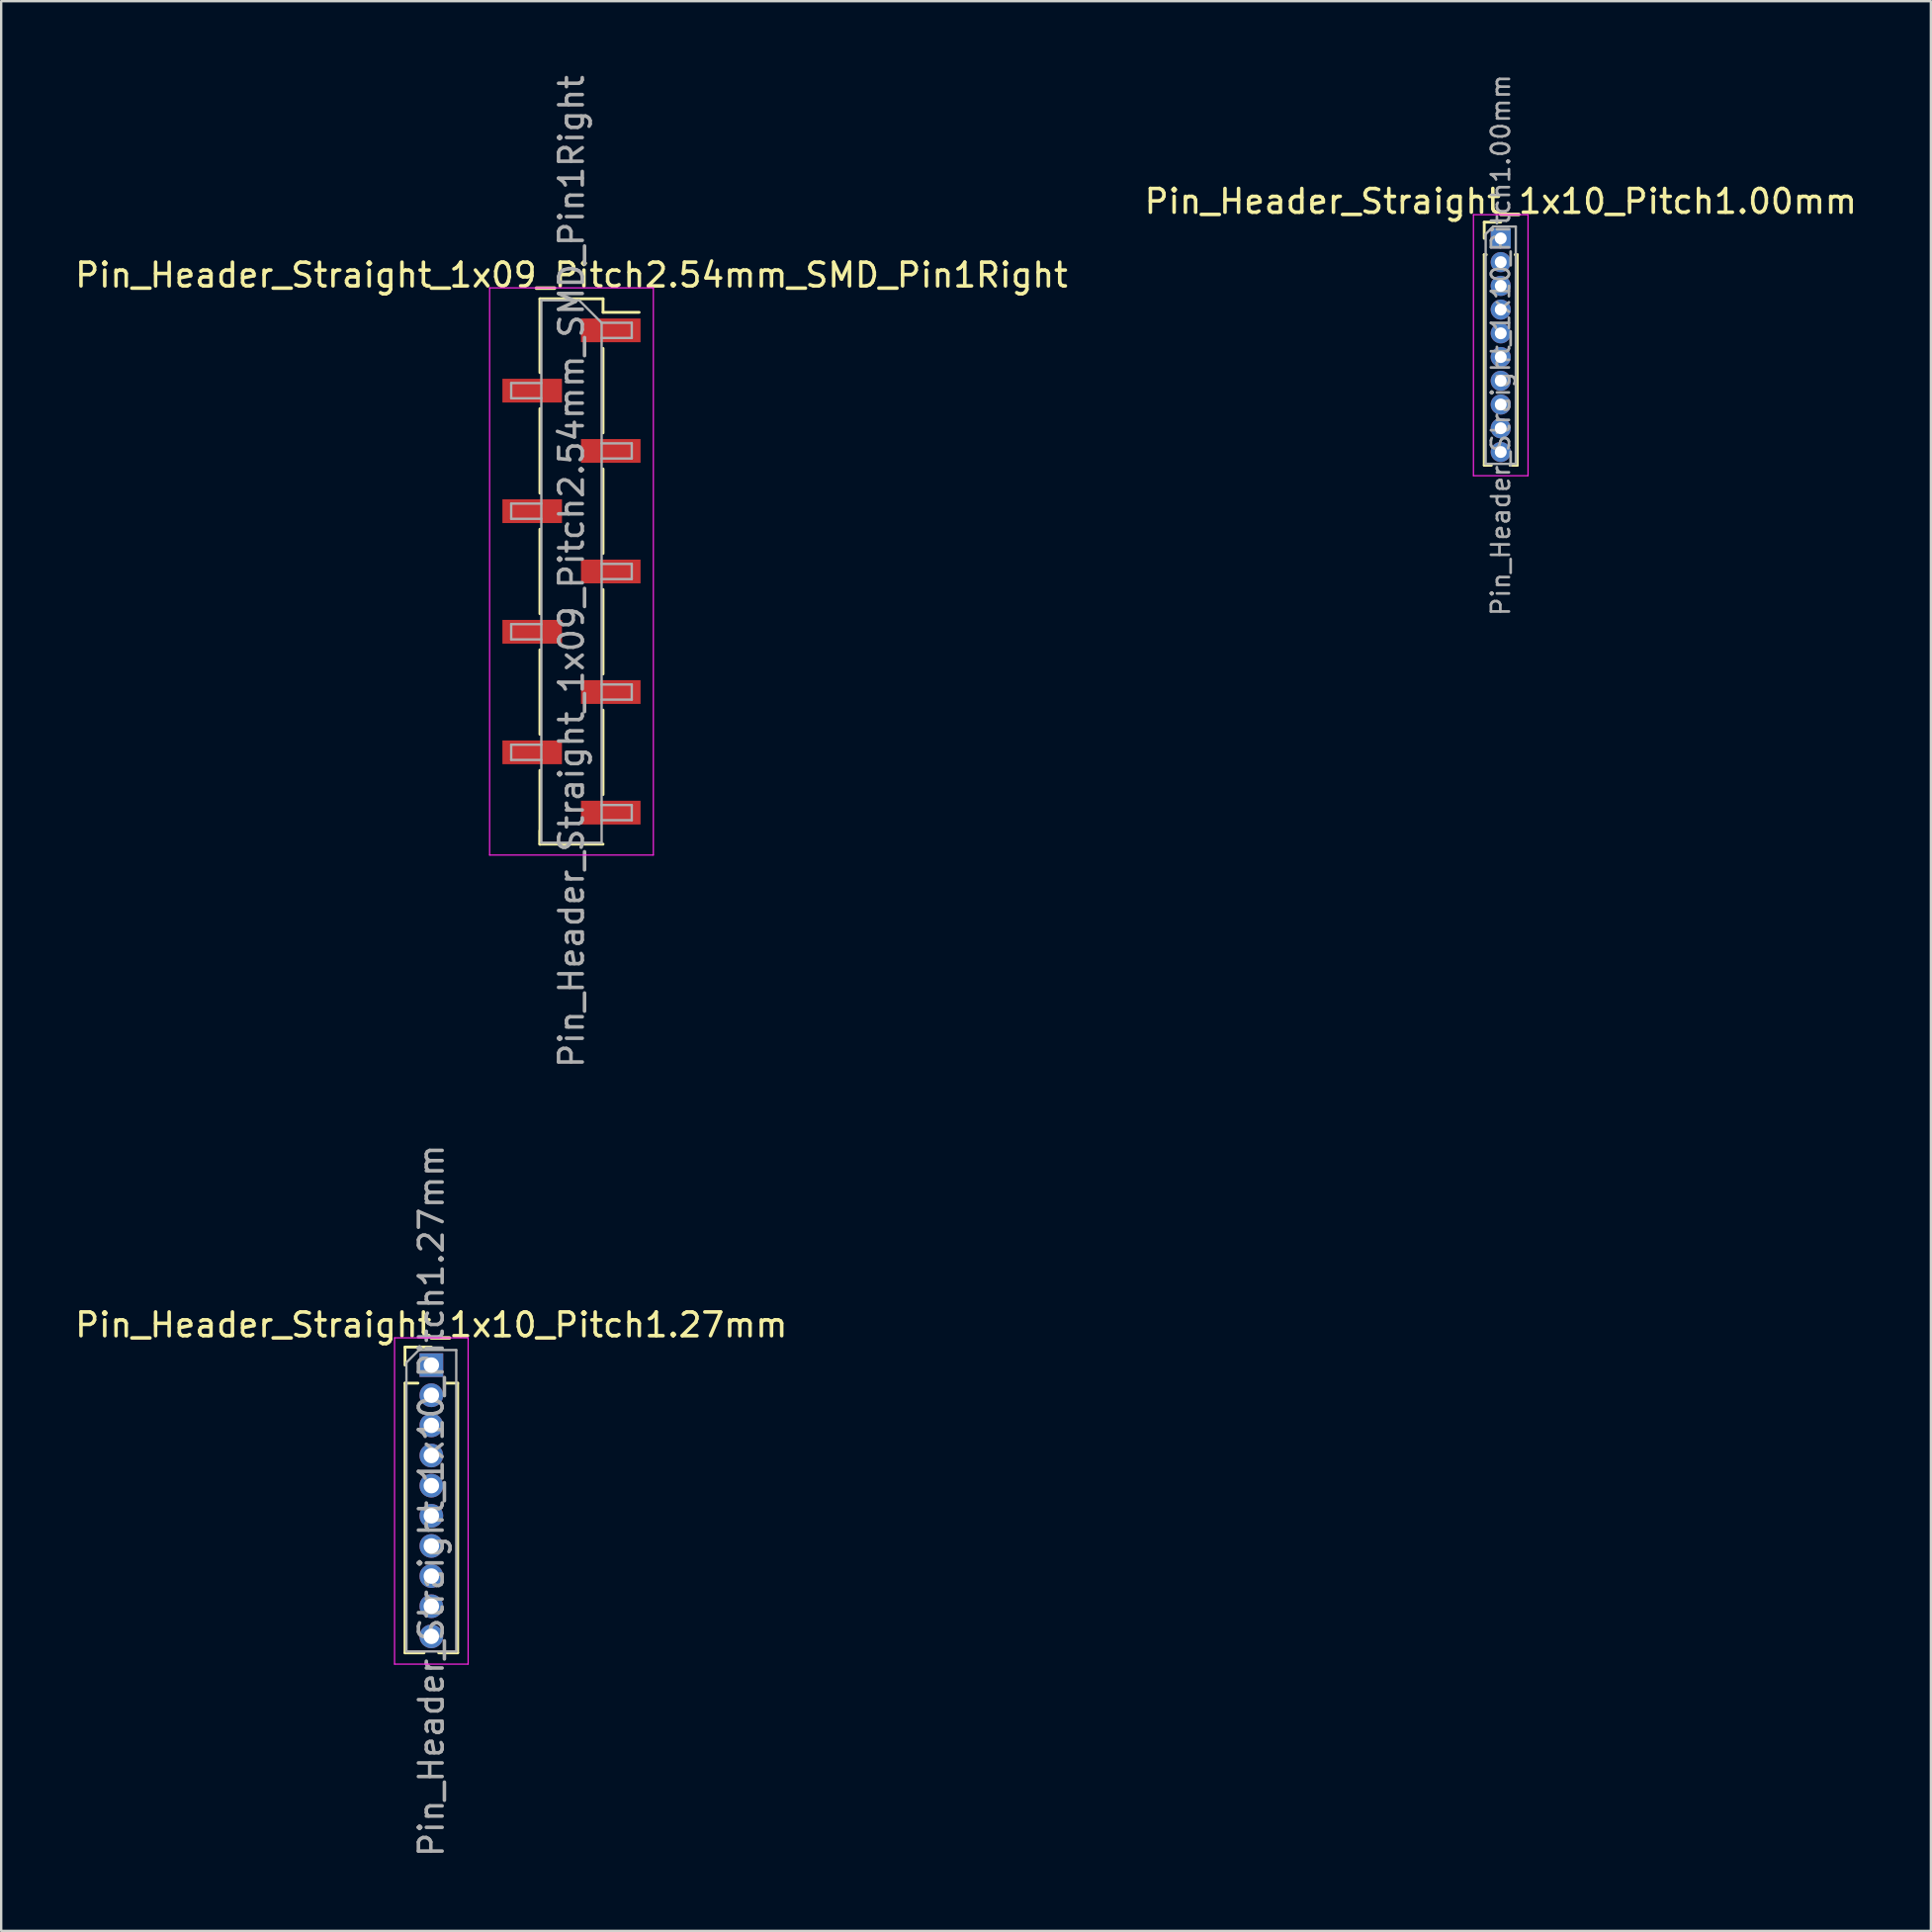
<source format=kicad_pcb>
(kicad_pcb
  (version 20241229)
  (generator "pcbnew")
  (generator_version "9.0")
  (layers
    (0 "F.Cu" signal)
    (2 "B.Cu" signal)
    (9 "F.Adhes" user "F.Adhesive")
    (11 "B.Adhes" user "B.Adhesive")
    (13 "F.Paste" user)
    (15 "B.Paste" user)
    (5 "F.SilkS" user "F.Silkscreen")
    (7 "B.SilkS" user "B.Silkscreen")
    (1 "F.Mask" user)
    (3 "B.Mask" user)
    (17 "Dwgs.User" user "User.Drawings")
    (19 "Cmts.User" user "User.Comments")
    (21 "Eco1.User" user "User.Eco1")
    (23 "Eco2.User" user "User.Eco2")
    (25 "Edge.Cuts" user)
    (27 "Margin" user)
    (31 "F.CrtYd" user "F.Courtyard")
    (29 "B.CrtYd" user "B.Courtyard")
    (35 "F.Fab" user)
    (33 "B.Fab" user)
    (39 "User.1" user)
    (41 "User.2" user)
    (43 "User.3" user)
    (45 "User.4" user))
  (footprint "Pin_Header_Straight_1x10_Pitch1.27mm"
    (layer "F.Cu")
    (at 15.125 54.47)
    (property "Reference" "Pin_Header_Straight_1x10_Pitch1.27mm" (at 0 -1.695 0) (layer "F.SilkS") (effects (font (size 1 1) (thickness 0.15))))
    (attr through_hole)
    (fp_line (start -1.11 -0.76) (end 0 -0.76) (stroke (width 0.12) (type solid)) (layer "F.SilkS"))
    (fp_line (start -1.11 0) (end -1.11 -0.76) (stroke (width 0.12) (type solid)) (layer "F.SilkS"))
    (fp_line (start -1.11 0.76) (end -1.11 12.125) (stroke (width 0.12) (type solid)) (layer "F.SilkS"))
    (fp_line (start -1.11 0.76) (end -0.563 0.76) (stroke (width 0.12) (type solid)) (layer "F.SilkS"))
    (fp_line (start -1.11 12.125) (end -0.308 12.125) (stroke (width 0.12) (type solid)) (layer "F.SilkS"))
    (fp_line (start 0.308 12.125) (end 1.11 12.125) (stroke (width 0.12) (type solid)) (layer "F.SilkS"))
    (fp_line (start 0.563 0.76) (end 1.11 0.76) (stroke (width 0.12) (type solid)) (layer "F.SilkS"))
    (fp_line (start 1.11 0.76) (end 1.11 12.125) (stroke (width 0.12) (type solid)) (layer "F.SilkS"))
    (fp_line (start -1.55 -1.15) (end -1.55 12.6) (stroke (width 0.05) (type solid)) (layer "F.CrtYd"))
    (fp_line (start -1.55 12.6) (end 1.55 12.6) (stroke (width 0.05) (type solid)) (layer "F.CrtYd"))
    (fp_line (start 1.55 -1.15) (end -1.55 -1.15) (stroke (width 0.05) (type solid)) (layer "F.CrtYd"))
    (fp_line (start 1.55 12.6) (end 1.55 -1.15) (stroke (width 0.05) (type solid)) (layer "F.CrtYd"))
    (fp_line (start -1.05 -0.11) (end -0.525 -0.635) (stroke (width 0.1) (type solid)) (layer "F.Fab"))
    (fp_line (start -1.05 12.065) (end -1.05 -0.11) (stroke (width 0.1) (type solid)) (layer "F.Fab"))
    (fp_line (start -0.525 -0.635) (end 1.05 -0.635) (stroke (width 0.1) (type solid)) (layer "F.Fab"))
    (fp_line (start 1.05 -0.635) (end 1.05 12.065) (stroke (width 0.1) (type solid)) (layer "F.Fab"))
    (fp_line (start 1.05 12.065) (end -1.05 12.065) (stroke (width 0.1) (type solid)) (layer "F.Fab"))
    (fp_text user "${REFERENCE}" (at 0 5.715 90) (layer "F.Fab") (effects (font (size 1 1) (thickness 0.15))))
    (pad "1" thru_hole rect (at 0 0) (size 1 1) (drill 0.65) (layers "*.Cu" "*.Mask"))
    (pad "2" thru_hole oval (at 0 1.27) (size 1 1) (drill 0.65) (layers "*.Cu" "*.Mask"))
    (pad "3" thru_hole oval (at 0 2.54) (size 1 1) (drill 0.65) (layers "*.Cu" "*.Mask"))
    (pad "4" thru_hole oval (at 0 3.81) (size 1 1) (drill 0.65) (layers "*.Cu" "*.Mask"))
    (pad "5" thru_hole oval (at 0 5.08) (size 1 1) (drill 0.65) (layers "*.Cu" "*.Mask"))
    (pad "6" thru_hole oval (at 0 6.35) (size 1 1) (drill 0.65) (layers "*.Cu" "*.Mask"))
    (pad "7" thru_hole oval (at 0 7.62) (size 1 1) (drill 0.65) (layers "*.Cu" "*.Mask"))
    (pad "8" thru_hole oval (at 0 8.89) (size 1 1) (drill 0.65) (layers "*.Cu" "*.Mask"))
    (pad "9" thru_hole oval (at 0 10.16) (size 1 1) (drill 0.65) (layers "*.Cu" "*.Mask"))
    (pad "10" thru_hole oval (at 0 11.43) (size 1 1) (drill 0.65) (layers "*.Cu" "*.Mask")))
  (footprint "Pin_Header_Straight_1x09_Pitch2.54mm_SMD_Pin1Right"
    (layer "F.Cu")
    (at 21.03 21.03)
    (property "Reference" "Pin_Header_Straight_1x09_Pitch2.54mm_SMD_Pin1Right" (at 0 -12.49 0) (layer "F.SilkS") (effects (font (size 1 1) (thickness 0.15))))
    (attr smd)
    (fp_line (start -1.33 -11.49) (end -1.33 -8.38) (stroke (width 0.12) (type solid)) (layer "F.SilkS"))
    (fp_line (start -1.33 -11.49) (end 1.33 -11.49) (stroke (width 0.12) (type solid)) (layer "F.SilkS"))
    (fp_line (start -1.33 -6.86) (end -1.33 -3.3) (stroke (width 0.12) (type solid)) (layer "F.SilkS"))
    (fp_line (start -1.33 -1.78) (end -1.33 1.78) (stroke (width 0.12) (type solid)) (layer "F.SilkS"))
    (fp_line (start -1.33 3.3) (end -1.33 6.86) (stroke (width 0.12) (type solid)) (layer "F.SilkS"))
    (fp_line (start -1.33 8.38) (end -1.33 11.49) (stroke (width 0.12) (type solid)) (layer "F.SilkS"))
    (fp_line (start -1.33 10.92) (end -1.33 11.49) (stroke (width 0.12) (type solid)) (layer "F.SilkS"))
    (fp_line (start -1.33 11.49) (end 1.33 11.49) (stroke (width 0.12) (type solid)) (layer "F.SilkS"))
    (fp_line (start 1.33 -11.49) (end 1.33 -10.92) (stroke (width 0.12) (type solid)) (layer "F.SilkS"))
    (fp_line (start 1.33 -10.92) (end 2.85 -10.92) (stroke (width 0.12) (type solid)) (layer "F.SilkS"))
    (fp_line (start 1.33 -9.4) (end 1.33 -5.84) (stroke (width 0.12) (type solid)) (layer "F.SilkS"))
    (fp_line (start 1.33 -4.32) (end 1.33 -0.76) (stroke (width 0.12) (type solid)) (layer "F.SilkS"))
    (fp_line (start 1.33 0.76) (end 1.33 4.32) (stroke (width 0.12) (type solid)) (layer "F.SilkS"))
    (fp_line (start 1.33 5.84) (end 1.33 9.4) (stroke (width 0.12) (type solid)) (layer "F.SilkS"))
    (fp_line (start -3.45 -11.95) (end -3.45 11.95) (stroke (width 0.05) (type solid)) (layer "F.CrtYd"))
    (fp_line (start -3.45 11.95) (end 3.45 11.95) (stroke (width 0.05) (type solid)) (layer "F.CrtYd"))
    (fp_line (start 3.45 -11.95) (end -3.45 -11.95) (stroke (width 0.05) (type solid)) (layer "F.CrtYd"))
    (fp_line (start 3.45 11.95) (end 3.45 -11.95) (stroke (width 0.05) (type solid)) (layer "F.CrtYd"))
    (fp_line (start -2.54 -7.94) (end -2.54 -7.3) (stroke (width 0.1) (type solid)) (layer "F.Fab"))
    (fp_line (start -2.54 -7.3) (end -1.27 -7.3) (stroke (width 0.1) (type solid)) (layer "F.Fab"))
    (fp_line (start -2.54 -2.86) (end -2.54 -2.22) (stroke (width 0.1) (type solid)) (layer "F.Fab"))
    (fp_line (start -2.54 -2.22) (end -1.27 -2.22) (stroke (width 0.1) (type solid)) (layer "F.Fab"))
    (fp_line (start -2.54 2.22) (end -2.54 2.86) (stroke (width 0.1) (type solid)) (layer "F.Fab"))
    (fp_line (start -2.54 2.86) (end -1.27 2.86) (stroke (width 0.1) (type solid)) (layer "F.Fab"))
    (fp_line (start -2.54 7.3) (end -2.54 7.94) (stroke (width 0.1) (type solid)) (layer "F.Fab"))
    (fp_line (start -2.54 7.94) (end -1.27 7.94) (stroke (width 0.1) (type solid)) (layer "F.Fab"))
    (fp_line (start -1.27 -11.43) (end -1.27 11.43) (stroke (width 0.1) (type solid)) (layer "F.Fab"))
    (fp_line (start -1.27 -11.43) (end 0.32 -11.43) (stroke (width 0.1) (type solid)) (layer "F.Fab"))
    (fp_line (start -1.27 -7.94) (end -2.54 -7.94) (stroke (width 0.1) (type solid)) (layer "F.Fab"))
    (fp_line (start -1.27 -2.86) (end -2.54 -2.86) (stroke (width 0.1) (type solid)) (layer "F.Fab"))
    (fp_line (start -1.27 2.22) (end -2.54 2.22) (stroke (width 0.1) (type solid)) (layer "F.Fab"))
    (fp_line (start -1.27 7.3) (end -2.54 7.3) (stroke (width 0.1) (type solid)) (layer "F.Fab"))
    (fp_line (start 1.27 -10.48) (end 0.32 -11.43) (stroke (width 0.1) (type solid)) (layer "F.Fab"))
    (fp_line (start 1.27 -10.48) (end 2.54 -10.48) (stroke (width 0.1) (type solid)) (layer "F.Fab"))
    (fp_line (start 1.27 -5.4) (end 2.54 -5.4) (stroke (width 0.1) (type solid)) (layer "F.Fab"))
    (fp_line (start 1.27 -0.32) (end 2.54 -0.32) (stroke (width 0.1) (type solid)) (layer "F.Fab"))
    (fp_line (start 1.27 4.76) (end 2.54 4.76) (stroke (width 0.1) (type solid)) (layer "F.Fab"))
    (fp_line (start 1.27 9.84) (end 2.54 9.84) (stroke (width 0.1) (type solid)) (layer "F.Fab"))
    (fp_line (start 1.27 11.43) (end -1.27 11.43) (stroke (width 0.1) (type solid)) (layer "F.Fab"))
    (fp_line (start 1.27 11.43) (end 1.27 -10.48) (stroke (width 0.1) (type solid)) (layer "F.Fab"))
    (fp_line (start 2.54 -10.48) (end 2.54 -9.84) (stroke (width 0.1) (type solid)) (layer "F.Fab"))
    (fp_line (start 2.54 -9.84) (end 1.27 -9.84) (stroke (width 0.1) (type solid)) (layer "F.Fab"))
    (fp_line (start 2.54 -5.4) (end 2.54 -4.76) (stroke (width 0.1) (type solid)) (layer "F.Fab"))
    (fp_line (start 2.54 -4.76) (end 1.27 -4.76) (stroke (width 0.1) (type solid)) (layer "F.Fab"))
    (fp_line (start 2.54 -0.32) (end 2.54 0.32) (stroke (width 0.1) (type solid)) (layer "F.Fab"))
    (fp_line (start 2.54 0.32) (end 1.27 0.32) (stroke (width 0.1) (type solid)) (layer "F.Fab"))
    (fp_line (start 2.54 4.76) (end 2.54 5.4) (stroke (width 0.1) (type solid)) (layer "F.Fab"))
    (fp_line (start 2.54 5.4) (end 1.27 5.4) (stroke (width 0.1) (type solid)) (layer "F.Fab"))
    (fp_line (start 2.54 9.84) (end 2.54 10.48) (stroke (width 0.1) (type solid)) (layer "F.Fab"))
    (fp_line (start 2.54 10.48) (end 1.27 10.48) (stroke (width 0.1) (type solid)) (layer "F.Fab"))
    (fp_text user "${REFERENCE}" (at 0 0 90) (layer "F.Fab") (effects (font (size 1 1) (thickness 0.15))))
    (pad "1" smd rect (at 1.655 -10.16) (size 2.51 1) (layers "F.Cu" "F.Mask" "F.Paste"))
    (pad "2" smd rect (at -1.655 -7.62) (size 2.51 1) (layers "F.Cu" "F.Mask" "F.Paste"))
    (pad "3" smd rect (at 1.655 -5.08) (size 2.51 1) (layers "F.Cu" "F.Mask" "F.Paste"))
    (pad "4" smd rect (at -1.655 -2.54) (size 2.51 1) (layers "F.Cu" "F.Mask" "F.Paste"))
    (pad "5" smd rect (at 1.655 0) (size 2.51 1) (layers "F.Cu" "F.Mask" "F.Paste"))
    (pad "6" smd rect (at -1.655 2.54) (size 2.51 1) (layers "F.Cu" "F.Mask" "F.Paste"))
    (pad "7" smd rect (at 1.655 5.08) (size 2.51 1) (layers "F.Cu" "F.Mask" "F.Paste"))
    (pad "8" smd rect (at -1.655 7.62) (size 2.51 1) (layers "F.Cu" "F.Mask" "F.Paste"))
    (pad "9" smd rect (at 1.655 10.16) (size 2.51 1) (layers "F.Cu" "F.Mask" "F.Paste")))
  (footprint "Pin_Header_Straight_1x10_Pitch1.00mm"
    (layer "F.Cu")
    (at 60.185 6.995)
    (property "Reference" "Pin_Header_Straight_1x10_Pitch1.00mm" (at 0 -1.56 0) (layer "F.SilkS") (effects (font (size 1 1) (thickness 0.15))))
    (attr through_hole)
    (fp_line (start -0.695 -0.685) (end 0 -0.685) (stroke (width 0.12) (type solid)) (layer "F.SilkS"))
    (fp_line (start -0.695 0) (end -0.695 -0.685) (stroke (width 0.12) (type solid)) (layer "F.SilkS"))
    (fp_line (start -0.695 0.685) (end -0.695 9.56) (stroke (width 0.12) (type solid)) (layer "F.SilkS"))
    (fp_line (start -0.695 0.685) (end -0.608 0.685) (stroke (width 0.12) (type solid)) (layer "F.SilkS"))
    (fp_line (start -0.695 9.56) (end -0.394 9.56) (stroke (width 0.12) (type solid)) (layer "F.SilkS"))
    (fp_line (start 0.394 9.56) (end 0.695 9.56) (stroke (width 0.12) (type solid)) (layer "F.SilkS"))
    (fp_line (start 0.608 0.685) (end 0.695 0.685) (stroke (width 0.12) (type solid)) (layer "F.SilkS"))
    (fp_line (start 0.695 0.685) (end 0.695 9.56) (stroke (width 0.12) (type solid)) (layer "F.SilkS"))
    (fp_line (start -1.15 -1) (end -1.15 10) (stroke (width 0.05) (type solid)) (layer "F.CrtYd"))
    (fp_line (start -1.15 10) (end 1.15 10) (stroke (width 0.05) (type solid)) (layer "F.CrtYd"))
    (fp_line (start 1.15 -1) (end -1.15 -1) (stroke (width 0.05) (type solid)) (layer "F.CrtYd"))
    (fp_line (start 1.15 10) (end 1.15 -1) (stroke (width 0.05) (type solid)) (layer "F.CrtYd"))
    (fp_line (start -0.635 -0.182) (end -0.318 -0.5) (stroke (width 0.1) (type solid)) (layer "F.Fab"))
    (fp_line (start -0.635 9.5) (end -0.635 -0.182) (stroke (width 0.1) (type solid)) (layer "F.Fab"))
    (fp_line (start -0.318 -0.5) (end 0.635 -0.5) (stroke (width 0.1) (type solid)) (layer "F.Fab"))
    (fp_line (start 0.635 -0.5) (end 0.635 9.5) (stroke (width 0.1) (type solid)) (layer "F.Fab"))
    (fp_line (start 0.635 9.5) (end -0.635 9.5) (stroke (width 0.1) (type solid)) (layer "F.Fab"))
    (fp_text user "${REFERENCE}" (at 0 4.5 90) (layer "F.Fab") (effects (font (size 0.76 0.76) (thickness 0.114))))
    (pad "1" thru_hole rect (at 0 0) (size 0.85 0.85) (drill 0.5) (layers "*.Cu" "*.Mask"))
    (pad "2" thru_hole oval (at 0 1) (size 0.85 0.85) (drill 0.5) (layers "*.Cu" "*.Mask"))
    (pad "3" thru_hole oval (at 0 2) (size 0.85 0.85) (drill 0.5) (layers "*.Cu" "*.Mask"))
    (pad "4" thru_hole oval (at 0 3) (size 0.85 0.85) (drill 0.5) (layers "*.Cu" "*.Mask"))
    (pad "5" thru_hole oval (at 0 4) (size 0.85 0.85) (drill 0.5) (layers "*.Cu" "*.Mask"))
    (pad "6" thru_hole oval (at 0 5) (size 0.85 0.85) (drill 0.5) (layers "*.Cu" "*.Mask"))
    (pad "7" thru_hole oval (at 0 6) (size 0.85 0.85) (drill 0.5) (layers "*.Cu" "*.Mask"))
    (pad "8" thru_hole oval (at 0 7) (size 0.85 0.85) (drill 0.5) (layers "*.Cu" "*.Mask"))
    (pad "9" thru_hole oval (at 0 8) (size 0.85 0.85) (drill 0.5) (layers "*.Cu" "*.Mask"))
    (pad "10" thru_hole oval (at 0 9) (size 0.85 0.85) (drill 0.5) (layers "*.Cu" "*.Mask")))
  (gr_rect
    (start -3 -3)
    (end 78.31 78.31)
    (stroke (width 0.1) (type default))
    (fill no)
    (layer "Edge.Cuts")))
</source>
